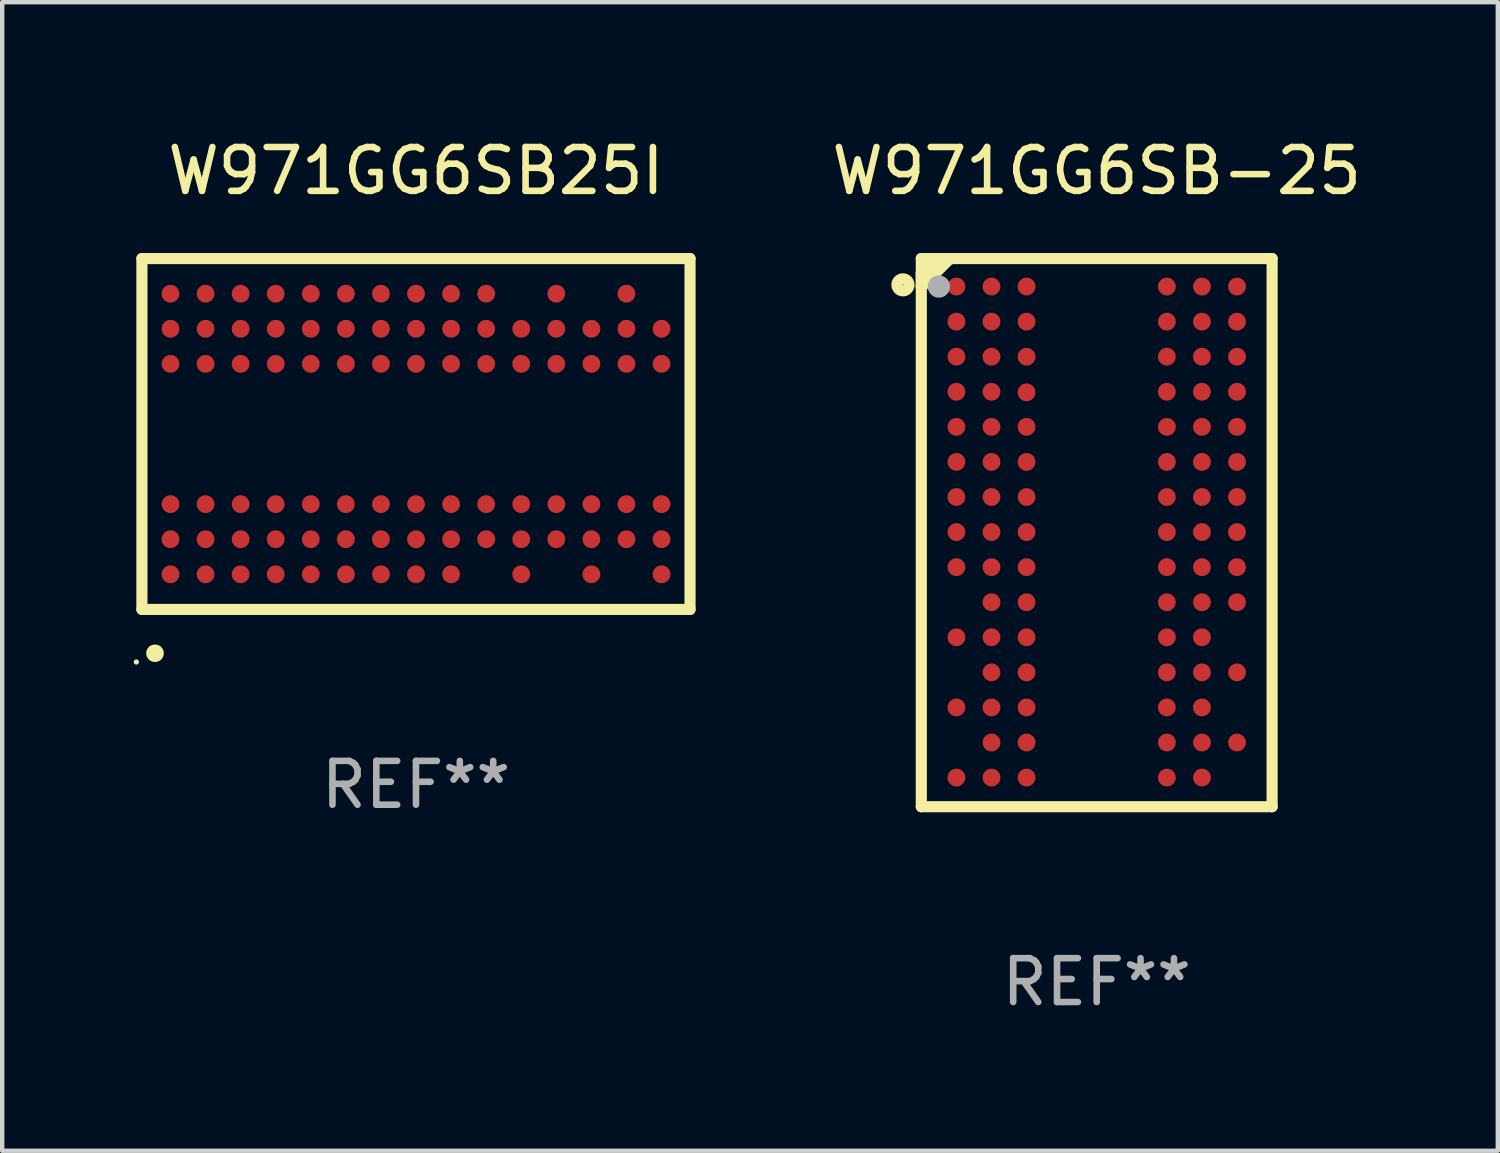
<source format=kicad_pcb>
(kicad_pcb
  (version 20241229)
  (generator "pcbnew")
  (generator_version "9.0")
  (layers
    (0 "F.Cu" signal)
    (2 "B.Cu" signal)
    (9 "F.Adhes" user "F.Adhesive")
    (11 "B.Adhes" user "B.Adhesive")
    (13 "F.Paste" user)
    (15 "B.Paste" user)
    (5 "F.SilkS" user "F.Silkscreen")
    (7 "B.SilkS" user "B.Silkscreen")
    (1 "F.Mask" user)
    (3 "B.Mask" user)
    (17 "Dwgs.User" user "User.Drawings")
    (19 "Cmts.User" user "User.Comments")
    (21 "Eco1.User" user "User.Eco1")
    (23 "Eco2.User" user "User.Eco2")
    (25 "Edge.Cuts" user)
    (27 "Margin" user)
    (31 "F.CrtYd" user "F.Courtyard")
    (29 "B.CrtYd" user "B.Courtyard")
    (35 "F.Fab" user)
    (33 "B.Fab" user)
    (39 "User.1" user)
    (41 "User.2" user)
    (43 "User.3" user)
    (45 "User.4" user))
  (footprint "W971GG6SB-25"
    (layer "F.Cu")
    (at 21.965 9.099)
    (property "Reference" "W971GG6SB-25" (at 0 -8.251 0) (layer "F.SilkS") (effects (font (size 1 1) (thickness 0.15))))
    (attr through_hole)
    (fp_line (start -4.001 -6.251) (end -4.001 6.251) (stroke (width 0.254) (type solid)) (layer "F.SilkS"))
    (fp_line (start -4.001 -5.918) (end -3.981 -5.918) (stroke (width 0.254) (type solid)) (layer "F.SilkS"))
    (fp_line (start -4.001 -5.598) (end -4.001 -5.918) (stroke (width 0.254) (type solid)) (layer "F.SilkS"))
    (fp_line (start -4.001 6.251) (end 4.001 6.251) (stroke (width 0.254) (type solid)) (layer "F.SilkS"))
    (fp_line (start -3.981 -5.918) (end -3.647 -6.251) (stroke (width 0.254) (type solid)) (layer "F.SilkS"))
    (fp_line (start -3.347 -6.251) (end -4.001 -5.598) (stroke (width 0.254) (type solid)) (layer "F.SilkS"))
    (fp_line (start -3.291 -6.251) (end -3.347 -6.251) (stroke (width 0.254) (type solid)) (layer "F.SilkS"))
    (fp_line (start 4.001 -6.251) (end -4.001 -6.251) (stroke (width 0.254) (type solid)) (layer "F.SilkS"))
    (fp_line (start 4.001 6.251) (end 4.001 -6.251) (stroke (width 0.254) (type solid)) (layer "F.SilkS"))
    (fp_circle (center -4.42 -5.652) (end -4.283 -5.652) (stroke (width 0.254) (type solid)) (fill no) (layer "F.SilkS"))
    (fp_circle (center -4 -6.263) (end -3.97 -6.263) (stroke (width 0.06) (type solid)) (fill no) (layer "F.SilkS"))
    (fp_circle (center -3.6 -5.613) (end -3.473 -5.613) (stroke (width 0.254) (type solid)) (fill no) (layer "F.Fab"))
    (fp_text user "REF**" (at 0 10.251 0) (layer "F.Fab") (effects (font (size 1 1) (thickness 0.15))))
    (pad "A1" smd circle (at -3.2 -5.613) (size 0.406 0.406) (layers "F.Cu" "F.Mask" "F.Paste"))
    (pad "A2" smd circle (at -2.4 -5.613) (size 0.406 0.406) (layers "F.Cu" "F.Mask" "F.Paste"))
    (pad "A3" smd circle (at -1.6 -5.613) (size 0.406 0.406) (layers "F.Cu" "F.Mask" "F.Paste"))
    (pad "A7" smd circle (at 1.6 -5.613) (size 0.406 0.406) (layers "F.Cu" "F.Mask" "F.Paste"))
    (pad "A8" smd circle (at 2.4 -5.613) (size 0.406 0.406) (layers "F.Cu" "F.Mask" "F.Paste"))
    (pad "A9" smd circle (at 3.2 -5.613) (size 0.406 0.406) (layers "F.Cu" "F.Mask" "F.Paste"))
    (pad "B1" smd circle (at -3.2 -4.813) (size 0.406 0.406) (layers "F.Cu" "F.Mask" "F.Paste"))
    (pad "B2" smd circle (at -2.4 -4.813) (size 0.406 0.406) (layers "F.Cu" "F.Mask" "F.Paste"))
    (pad "B3" smd circle (at -1.6 -4.813) (size 0.406 0.406) (layers "F.Cu" "F.Mask" "F.Paste"))
    (pad "B7" smd circle (at 1.6 -4.813) (size 0.406 0.406) (layers "F.Cu" "F.Mask" "F.Paste"))
    (pad "B8" smd circle (at 2.4 -4.813) (size 0.406 0.406) (layers "F.Cu" "F.Mask" "F.Paste"))
    (pad "B9" smd circle (at 3.2 -4.813) (size 0.406 0.406) (layers "F.Cu" "F.Mask" "F.Paste"))
    (pad "C1" smd circle (at -3.2 -4.013) (size 0.406 0.406) (layers "F.Cu" "F.Mask" "F.Paste"))
    (pad "C2" smd circle (at -2.4 -4.013) (size 0.406 0.406) (layers "F.Cu" "F.Mask" "F.Paste"))
    (pad "C3" smd circle (at -1.6 -4.013) (size 0.406 0.406) (layers "F.Cu" "F.Mask" "F.Paste"))
    (pad "C7" smd circle (at 1.6 -4.013) (size 0.406 0.406) (layers "F.Cu" "F.Mask" "F.Paste"))
    (pad "C8" smd circle (at 2.4 -4.013) (size 0.406 0.406) (layers "F.Cu" "F.Mask" "F.Paste"))
    (pad "C9" smd circle (at 3.2 -4.013) (size 0.406 0.406) (layers "F.Cu" "F.Mask" "F.Paste"))
    (pad "D1" smd circle (at -3.2 -3.213) (size 0.406 0.406) (layers "F.Cu" "F.Mask" "F.Paste"))
    (pad "D2" smd circle (at -2.4 -3.213) (size 0.406 0.406) (layers "F.Cu" "F.Mask" "F.Paste"))
    (pad "D3" smd circle (at -1.6 -3.2) (size 0.406 0.406) (layers "F.Cu" "F.Mask" "F.Paste"))
    (pad "D7" smd circle (at 1.6 -3.213) (size 0.406 0.406) (layers "F.Cu" "F.Mask" "F.Paste"))
    (pad "D8" smd circle (at 2.4 -3.213) (size 0.406 0.406) (layers "F.Cu" "F.Mask" "F.Paste"))
    (pad "D9" smd circle (at 3.2 -3.213) (size 0.406 0.406) (layers "F.Cu" "F.Mask" "F.Paste"))
    (pad "E1" smd circle (at -3.2 -2.413) (size 0.406 0.406) (layers "F.Cu" "F.Mask" "F.Paste"))
    (pad "E2" smd circle (at -2.4 -2.413) (size 0.406 0.406) (layers "F.Cu" "F.Mask" "F.Paste"))
    (pad "E3" smd circle (at -1.6 -2.413) (size 0.406 0.406) (layers "F.Cu" "F.Mask" "F.Paste"))
    (pad "E7" smd circle (at 1.6 -2.413) (size 0.406 0.406) (layers "F.Cu" "F.Mask" "F.Paste"))
    (pad "E8" smd circle (at 2.4 -2.413) (size 0.406 0.406) (layers "F.Cu" "F.Mask" "F.Paste"))
    (pad "E9" smd circle (at 3.2 -2.413) (size 0.406 0.406) (layers "F.Cu" "F.Mask" "F.Paste"))
    (pad "F1" smd circle (at -3.2 -1.613) (size 0.406 0.406) (layers "F.Cu" "F.Mask" "F.Paste"))
    (pad "F2" smd circle (at -2.4 -1.613) (size 0.406 0.406) (layers "F.Cu" "F.Mask" "F.Paste"))
    (pad "F3" smd circle (at -1.6 -1.613) (size 0.406 0.406) (layers "F.Cu" "F.Mask" "F.Paste"))
    (pad "F7" smd circle (at 1.6 -1.613) (size 0.406 0.406) (layers "F.Cu" "F.Mask" "F.Paste"))
    (pad "F8" smd circle (at 2.4 -1.613) (size 0.406 0.406) (layers "F.Cu" "F.Mask" "F.Paste"))
    (pad "F9" smd circle (at 3.2 -1.613) (size 0.406 0.406) (layers "F.Cu" "F.Mask" "F.Paste"))
    (pad "G1" smd circle (at -3.2 -0.813) (size 0.406 0.406) (layers "F.Cu" "F.Mask" "F.Paste"))
    (pad "G2" smd circle (at -2.4 -0.813) (size 0.406 0.406) (layers "F.Cu" "F.Mask" "F.Paste"))
    (pad "G3" smd circle (at -1.6 -0.813) (size 0.406 0.406) (layers "F.Cu" "F.Mask" "F.Paste"))
    (pad "G7" smd circle (at 1.6 -0.813) (size 0.406 0.406) (layers "F.Cu" "F.Mask" "F.Paste"))
    (pad "G8" smd circle (at 2.4 -0.813) (size 0.406 0.406) (layers "F.Cu" "F.Mask" "F.Paste"))
    (pad "G9" smd circle (at 3.2 -0.813) (size 0.406 0.406) (layers "F.Cu" "F.Mask" "F.Paste"))
    (pad "H1" smd circle (at -3.2 -0.013) (size 0.406 0.406) (layers "F.Cu" "F.Mask" "F.Paste"))
    (pad "H2" smd circle (at -2.4 -0.013) (size 0.406 0.406) (layers "F.Cu" "F.Mask" "F.Paste"))
    (pad "H3" smd circle (at -1.6 -0.013) (size 0.406 0.406) (layers "F.Cu" "F.Mask" "F.Paste"))
    (pad "H7" smd circle (at 1.6 -0.013) (size 0.406 0.406) (layers "F.Cu" "F.Mask" "F.Paste"))
    (pad "H8" smd circle (at 2.4 -0.013) (size 0.406 0.406) (layers "F.Cu" "F.Mask" "F.Paste"))
    (pad "H9" smd circle (at 3.2 -0.013) (size 0.406 0.406) (layers "F.Cu" "F.Mask" "F.Paste"))
    (pad "J1" smd circle (at -3.2 0.787) (size 0.406 0.406) (layers "F.Cu" "F.Mask" "F.Paste"))
    (pad "J2" smd circle (at -2.4 0.787) (size 0.406 0.406) (layers "F.Cu" "F.Mask" "F.Paste"))
    (pad "J3" smd circle (at -1.6 0.787) (size 0.406 0.406) (layers "F.Cu" "F.Mask" "F.Paste"))
    (pad "J7" smd circle (at 1.6 0.787) (size 0.406 0.406) (layers "F.Cu" "F.Mask" "F.Paste"))
    (pad "J8" smd circle (at 2.4 0.787) (size 0.406 0.406) (layers "F.Cu" "F.Mask" "F.Paste"))
    (pad "J9" smd circle (at 3.2 0.787) (size 0.406 0.406) (layers "F.Cu" "F.Mask" "F.Paste"))
    (pad "K2" smd circle (at -2.4 1.587) (size 0.406 0.406) (layers "F.Cu" "F.Mask" "F.Paste"))
    (pad "K3" smd circle (at -1.6 1.587) (size 0.406 0.406) (layers "F.Cu" "F.Mask" "F.Paste"))
    (pad "K7" smd circle (at 1.6 1.587) (size 0.406 0.406) (layers "F.Cu" "F.Mask" "F.Paste"))
    (pad "K8" smd circle (at 2.4 1.587) (size 0.406 0.406) (layers "F.Cu" "F.Mask" "F.Paste"))
    (pad "K9" smd circle (at 3.2 1.587) (size 0.406 0.406) (layers "F.Cu" "F.Mask" "F.Paste"))
    (pad "L1" smd circle (at -3.2 2.387) (size 0.406 0.406) (layers "F.Cu" "F.Mask" "F.Paste"))
    (pad "L2" smd circle (at -2.4 2.387) (size 0.406 0.406) (layers "F.Cu" "F.Mask" "F.Paste"))
    (pad "L3" smd circle (at -1.6 2.387) (size 0.406 0.406) (layers "F.Cu" "F.Mask" "F.Paste"))
    (pad "L7" smd circle (at 1.6 2.387) (size 0.406 0.406) (layers "F.Cu" "F.Mask" "F.Paste"))
    (pad "L8" smd circle (at 2.4 2.387) (size 0.406 0.406) (layers "F.Cu" "F.Mask" "F.Paste"))
    (pad "M2" smd circle (at -2.4 3.187) (size 0.406 0.406) (layers "F.Cu" "F.Mask" "F.Paste"))
    (pad "M3" smd circle (at -1.6 3.187) (size 0.406 0.406) (layers "F.Cu" "F.Mask" "F.Paste"))
    (pad "M7" smd circle (at 1.6 3.187) (size 0.406 0.406) (layers "F.Cu" "F.Mask" "F.Paste"))
    (pad "M8" smd circle (at 2.4 3.187) (size 0.406 0.406) (layers "F.Cu" "F.Mask" "F.Paste"))
    (pad "M9" smd circle (at 3.2 3.187) (size 0.406 0.406) (layers "F.Cu" "F.Mask" "F.Paste"))
    (pad "N1" smd circle (at -3.2 3.987) (size 0.406 0.406) (layers "F.Cu" "F.Mask" "F.Paste"))
    (pad "N2" smd circle (at -2.4 3.987) (size 0.406 0.406) (layers "F.Cu" "F.Mask" "F.Paste"))
    (pad "N3" smd circle (at -1.6 3.987) (size 0.406 0.406) (layers "F.Cu" "F.Mask" "F.Paste"))
    (pad "N7" smd circle (at 1.6 3.987) (size 0.406 0.406) (layers "F.Cu" "F.Mask" "F.Paste"))
    (pad "N8" smd circle (at 2.4 3.987) (size 0.406 0.406) (layers "F.Cu" "F.Mask" "F.Paste"))
    (pad "P2" smd circle (at -2.4 4.787) (size 0.406 0.406) (layers "F.Cu" "F.Mask" "F.Paste"))
    (pad "P3" smd circle (at -1.6 4.787) (size 0.406 0.406) (layers "F.Cu" "F.Mask" "F.Paste"))
    (pad "P7" smd circle (at 1.6 4.787) (size 0.406 0.406) (layers "F.Cu" "F.Mask" "F.Paste"))
    (pad "P8" smd circle (at 2.4 4.787) (size 0.406 0.406) (layers "F.Cu" "F.Mask" "F.Paste"))
    (pad "P9" smd circle (at 3.2 4.787) (size 0.406 0.406) (layers "F.Cu" "F.Mask" "F.Paste"))
    (pad "R1" smd circle (at -3.2 5.587) (size 0.406 0.406) (layers "F.Cu" "F.Mask" "F.Paste"))
    (pad "R2" smd circle (at -2.4 5.587) (size 0.406 0.406) (layers "F.Cu" "F.Mask" "F.Paste"))
    (pad "R3" smd circle (at -1.6 5.587) (size 0.406 0.406) (layers "F.Cu" "F.Mask" "F.Paste"))
    (pad "R7" smd circle (at 1.6 5.587) (size 0.406 0.406) (layers "F.Cu" "F.Mask" "F.Paste"))
    (pad "R8" smd circle (at 2.4 5.587) (size 0.406 0.406) (layers "F.Cu" "F.Mask" "F.Paste")))
  (footprint "W971GG6SB25I"
    (layer "F.Cu")
    (at 6.438 6.849)
    (property "Reference" "W971GG6SB25I" (at 0 -6.001 0) (layer "F.SilkS") (effects (font (size 1 1) (thickness 0.15))))
    (attr through_hole)
    (fp_line (start -6.251 -4.001) (end -6.251 4.001) (stroke (width 0.254) (type solid)) (layer "F.SilkS"))
    (fp_line (start -6.251 4.001) (end 6.251 4.001) (stroke (width 0.254) (type solid)) (layer "F.SilkS"))
    (fp_line (start 6.251 -4.001) (end -6.251 -4.001) (stroke (width 0.254) (type solid)) (layer "F.SilkS"))
    (fp_line (start 6.251 4.001) (end 6.251 -4.001) (stroke (width 0.254) (type solid)) (layer "F.SilkS"))
    (fp_arc (start -5.953772 5.00127) (mid -5.952502 5.001266) (end -5.951232 5.00127) (stroke (width 0.398781) (type solid)) (layer "F.SilkS"))
    (fp_circle (center -6.378 5.201) (end -6.348 5.201) (stroke (width 0.06) (type solid)) (fill no) (layer "F.SilkS"))
    (fp_text user "REF**" (at 0 8.001 0) (layer "F.Fab") (effects (font (size 1 1) (thickness 0.15))))
    (pad "A1" smd circle (at -5.599 3.2) (size 0.406 0.406) (layers "F.Cu" "F.Mask" "F.Paste"))
    (pad "A2" smd circle (at -5.599 2.4) (size 0.406 0.406) (layers "F.Cu" "F.Mask" "F.Paste"))
    (pad "A3" smd circle (at -5.599 1.6) (size 0.406 0.406) (layers "F.Cu" "F.Mask" "F.Paste"))
    (pad "A7" smd circle (at -5.599 -1.6) (size 0.406 0.406) (layers "F.Cu" "F.Mask" "F.Paste"))
    (pad "A8" smd circle (at -5.599 -2.4) (size 0.406 0.406) (layers "F.Cu" "F.Mask" "F.Paste"))
    (pad "A9" smd circle (at -5.599 -3.2) (size 0.406 0.406) (layers "F.Cu" "F.Mask" "F.Paste"))
    (pad "B1" smd circle (at -4.799 3.2) (size 0.406 0.406) (layers "F.Cu" "F.Mask" "F.Paste"))
    (pad "B2" smd circle (at -4.799 2.4) (size 0.406 0.406) (layers "F.Cu" "F.Mask" "F.Paste"))
    (pad "B3" smd circle (at -4.799 1.6) (size 0.406 0.406) (layers "F.Cu" "F.Mask" "F.Paste"))
    (pad "B7" smd circle (at -4.799 -1.6) (size 0.406 0.406) (layers "F.Cu" "F.Mask" "F.Paste"))
    (pad "B8" smd circle (at -4.799 -2.4) (size 0.406 0.406) (layers "F.Cu" "F.Mask" "F.Paste"))
    (pad "B9" smd circle (at -4.799 -3.2) (size 0.406 0.406) (layers "F.Cu" "F.Mask" "F.Paste"))
    (pad "C1" smd circle (at -3.999 3.2) (size 0.406 0.406) (layers "F.Cu" "F.Mask" "F.Paste"))
    (pad "C2" smd circle (at -3.999 2.4) (size 0.406 0.406) (layers "F.Cu" "F.Mask" "F.Paste"))
    (pad "C3" smd circle (at -3.999 1.6) (size 0.406 0.406) (layers "F.Cu" "F.Mask" "F.Paste"))
    (pad "C7" smd circle (at -3.999 -1.6) (size 0.406 0.406) (layers "F.Cu" "F.Mask" "F.Paste"))
    (pad "C8" smd circle (at -3.999 -2.4) (size 0.406 0.406) (layers "F.Cu" "F.Mask" "F.Paste"))
    (pad "C9" smd circle (at -3.999 -3.2) (size 0.406 0.406) (layers "F.Cu" "F.Mask" "F.Paste"))
    (pad "D1" smd circle (at -3.199 3.2) (size 0.406 0.406) (layers "F.Cu" "F.Mask" "F.Paste"))
    (pad "D2" smd circle (at -3.199 2.4) (size 0.406 0.406) (layers "F.Cu" "F.Mask" "F.Paste"))
    (pad "D3" smd circle (at -3.199 1.6) (size 0.406 0.406) (layers "F.Cu" "F.Mask" "F.Paste"))
    (pad "D7" smd circle (at -3.199 -1.6) (size 0.406 0.406) (layers "F.Cu" "F.Mask" "F.Paste"))
    (pad "D8" smd circle (at -3.199 -2.4) (size 0.406 0.406) (layers "F.Cu" "F.Mask" "F.Paste"))
    (pad "D9" smd circle (at -3.199 -3.2) (size 0.406 0.406) (layers "F.Cu" "F.Mask" "F.Paste"))
    (pad "E1" smd circle (at -2.399 3.2) (size 0.406 0.406) (layers "F.Cu" "F.Mask" "F.Paste"))
    (pad "E2" smd circle (at -2.399 2.4) (size 0.406 0.406) (layers "F.Cu" "F.Mask" "F.Paste"))
    (pad "E3" smd circle (at -2.399 1.6) (size 0.406 0.406) (layers "F.Cu" "F.Mask" "F.Paste"))
    (pad "E7" smd circle (at -2.399 -1.6) (size 0.406 0.406) (layers "F.Cu" "F.Mask" "F.Paste"))
    (pad "E8" smd circle (at -2.399 -2.4) (size 0.406 0.406) (layers "F.Cu" "F.Mask" "F.Paste"))
    (pad "E9" smd circle (at -2.399 -3.2) (size 0.406 0.406) (layers "F.Cu" "F.Mask" "F.Paste"))
    (pad "F1" smd circle (at -1.599 3.2) (size 0.406 0.406) (layers "F.Cu" "F.Mask" "F.Paste"))
    (pad "F2" smd circle (at -1.599 2.4) (size 0.406 0.406) (layers "F.Cu" "F.Mask" "F.Paste"))
    (pad "F3" smd circle (at -1.599 1.6) (size 0.406 0.406) (layers "F.Cu" "F.Mask" "F.Paste"))
    (pad "F7" smd circle (at -1.599 -1.6) (size 0.406 0.406) (layers "F.Cu" "F.Mask" "F.Paste"))
    (pad "F8" smd circle (at -1.599 -2.4) (size 0.406 0.406) (layers "F.Cu" "F.Mask" "F.Paste"))
    (pad "F9" smd circle (at -1.599 -3.2) (size 0.406 0.406) (layers "F.Cu" "F.Mask" "F.Paste"))
    (pad "G1" smd circle (at -0.799 3.2) (size 0.406 0.406) (layers "F.Cu" "F.Mask" "F.Paste"))
    (pad "G2" smd circle (at -0.799 2.4) (size 0.406 0.406) (layers "F.Cu" "F.Mask" "F.Paste"))
    (pad "G3" smd circle (at -0.799 1.6) (size 0.406 0.406) (layers "F.Cu" "F.Mask" "F.Paste"))
    (pad "G7" smd circle (at -0.799 -1.6) (size 0.406 0.406) (layers "F.Cu" "F.Mask" "F.Paste"))
    (pad "G8" smd circle (at -0.799 -2.4) (size 0.406 0.406) (layers "F.Cu" "F.Mask" "F.Paste"))
    (pad "G9" smd circle (at -0.799 -3.2) (size 0.406 0.406) (layers "F.Cu" "F.Mask" "F.Paste"))
    (pad "H1" smd circle (at 0.001 3.2) (size 0.406 0.406) (layers "F.Cu" "F.Mask" "F.Paste"))
    (pad "H2" smd circle (at 0.001 2.4) (size 0.406 0.406) (layers "F.Cu" "F.Mask" "F.Paste"))
    (pad "H3" smd circle (at 0.001 1.6) (size 0.406 0.406) (layers "F.Cu" "F.Mask" "F.Paste"))
    (pad "H7" smd circle (at 0.001 -1.6) (size 0.406 0.406) (layers "F.Cu" "F.Mask" "F.Paste"))
    (pad "H8" smd circle (at 0.001 -2.4) (size 0.406 0.406) (layers "F.Cu" "F.Mask" "F.Paste"))
    (pad "H9" smd circle (at 0.001 -3.2) (size 0.406 0.406) (layers "F.Cu" "F.Mask" "F.Paste"))
    (pad "J1" smd circle (at 0.801 3.2) (size 0.406 0.406) (layers "F.Cu" "F.Mask" "F.Paste"))
    (pad "J2" smd circle (at 0.801 2.4) (size 0.406 0.406) (layers "F.Cu" "F.Mask" "F.Paste"))
    (pad "J3" smd circle (at 0.801 1.6) (size 0.406 0.406) (layers "F.Cu" "F.Mask" "F.Paste"))
    (pad "J7" smd circle (at 0.801 -1.6) (size 0.406 0.406) (layers "F.Cu" "F.Mask" "F.Paste"))
    (pad "J8" smd circle (at 0.801 -2.4) (size 0.406 0.406) (layers "F.Cu" "F.Mask" "F.Paste"))
    (pad "J9" smd circle (at 0.801 -3.2) (size 0.406 0.406) (layers "F.Cu" "F.Mask" "F.Paste"))
    (pad "K2" smd circle (at 1.601 2.4) (size 0.406 0.406) (layers "F.Cu" "F.Mask" "F.Paste"))
    (pad "K3" smd circle (at 1.601 1.6) (size 0.406 0.406) (layers "F.Cu" "F.Mask" "F.Paste"))
    (pad "K7" smd circle (at 1.601 -1.6) (size 0.406 0.406) (layers "F.Cu" "F.Mask" "F.Paste"))
    (pad "K8" smd circle (at 1.601 -2.4) (size 0.406 0.406) (layers "F.Cu" "F.Mask" "F.Paste"))
    (pad "K9" smd circle (at 1.601 -3.2) (size 0.406 0.406) (layers "F.Cu" "F.Mask" "F.Paste"))
    (pad "L1" smd circle (at 2.401 3.2) (size 0.406 0.406) (layers "F.Cu" "F.Mask" "F.Paste"))
    (pad "L2" smd circle (at 2.401 2.4) (size 0.406 0.406) (layers "F.Cu" "F.Mask" "F.Paste"))
    (pad "L3" smd circle (at 2.401 1.6) (size 0.406 0.406) (layers "F.Cu" "F.Mask" "F.Paste"))
    (pad "L7" smd circle (at 2.401 -1.6) (size 0.406 0.406) (layers "F.Cu" "F.Mask" "F.Paste"))
    (pad "L8" smd circle (at 2.401 -2.4) (size 0.406 0.406) (layers "F.Cu" "F.Mask" "F.Paste"))
    (pad "M2" smd circle (at 3.201 2.4) (size 0.406 0.406) (layers "F.Cu" "F.Mask" "F.Paste"))
    (pad "M3" smd circle (at 3.201 1.6) (size 0.406 0.406) (layers "F.Cu" "F.Mask" "F.Paste"))
    (pad "M7" smd circle (at 3.201 -1.6) (size 0.406 0.406) (layers "F.Cu" "F.Mask" "F.Paste"))
    (pad "M8" smd circle (at 3.201 -2.4) (size 0.406 0.406) (layers "F.Cu" "F.Mask" "F.Paste"))
    (pad "M9" smd circle (at 3.201 -3.2) (size 0.406 0.406) (layers "F.Cu" "F.Mask" "F.Paste"))
    (pad "N1" smd circle (at 4.001 3.2) (size 0.406 0.406) (layers "F.Cu" "F.Mask" "F.Paste"))
    (pad "N2" smd circle (at 4.001 2.4) (size 0.406 0.406) (layers "F.Cu" "F.Mask" "F.Paste"))
    (pad "N3" smd circle (at 4.001 1.6) (size 0.406 0.406) (layers "F.Cu" "F.Mask" "F.Paste"))
    (pad "N7" smd circle (at 4.001 -1.6) (size 0.406 0.406) (layers "F.Cu" "F.Mask" "F.Paste"))
    (pad "N8" smd circle (at 4.001 -2.4) (size 0.406 0.406) (layers "F.Cu" "F.Mask" "F.Paste"))
    (pad "P2" smd circle (at 4.801 2.4) (size 0.406 0.406) (layers "F.Cu" "F.Mask" "F.Paste"))
    (pad "P3" smd circle (at 4.801 1.6) (size 0.406 0.406) (layers "F.Cu" "F.Mask" "F.Paste"))
    (pad "P7" smd circle (at 4.801 -1.6) (size 0.406 0.406) (layers "F.Cu" "F.Mask" "F.Paste"))
    (pad "P8" smd circle (at 4.801 -2.4) (size 0.406 0.406) (layers "F.Cu" "F.Mask" "F.Paste"))
    (pad "P9" smd circle (at 4.801 -3.2) (size 0.406 0.406) (layers "F.Cu" "F.Mask" "F.Paste"))
    (pad "R1" smd circle (at 5.601 3.2) (size 0.406 0.406) (layers "F.Cu" "F.Mask" "F.Paste"))
    (pad "R2" smd circle (at 5.601 2.4) (size 0.406 0.406) (layers "F.Cu" "F.Mask" "F.Paste"))
    (pad "R3" smd circle (at 5.601 1.6) (size 0.406 0.406) (layers "F.Cu" "F.Mask" "F.Paste"))
    (pad "R7" smd circle (at 5.601 -1.6) (size 0.406 0.406) (layers "F.Cu" "F.Mask" "F.Paste"))
    (pad "R8" smd circle (at 5.601 -2.4) (size 0.406 0.406) (layers "F.Cu" "F.Mask" "F.Paste")))
  (gr_rect
    (start -3 -3)
    (end 31.114 23.198)
    (stroke (width 0.1) (type default))
    (fill no)
    (layer "Edge.Cuts")))
</source>
